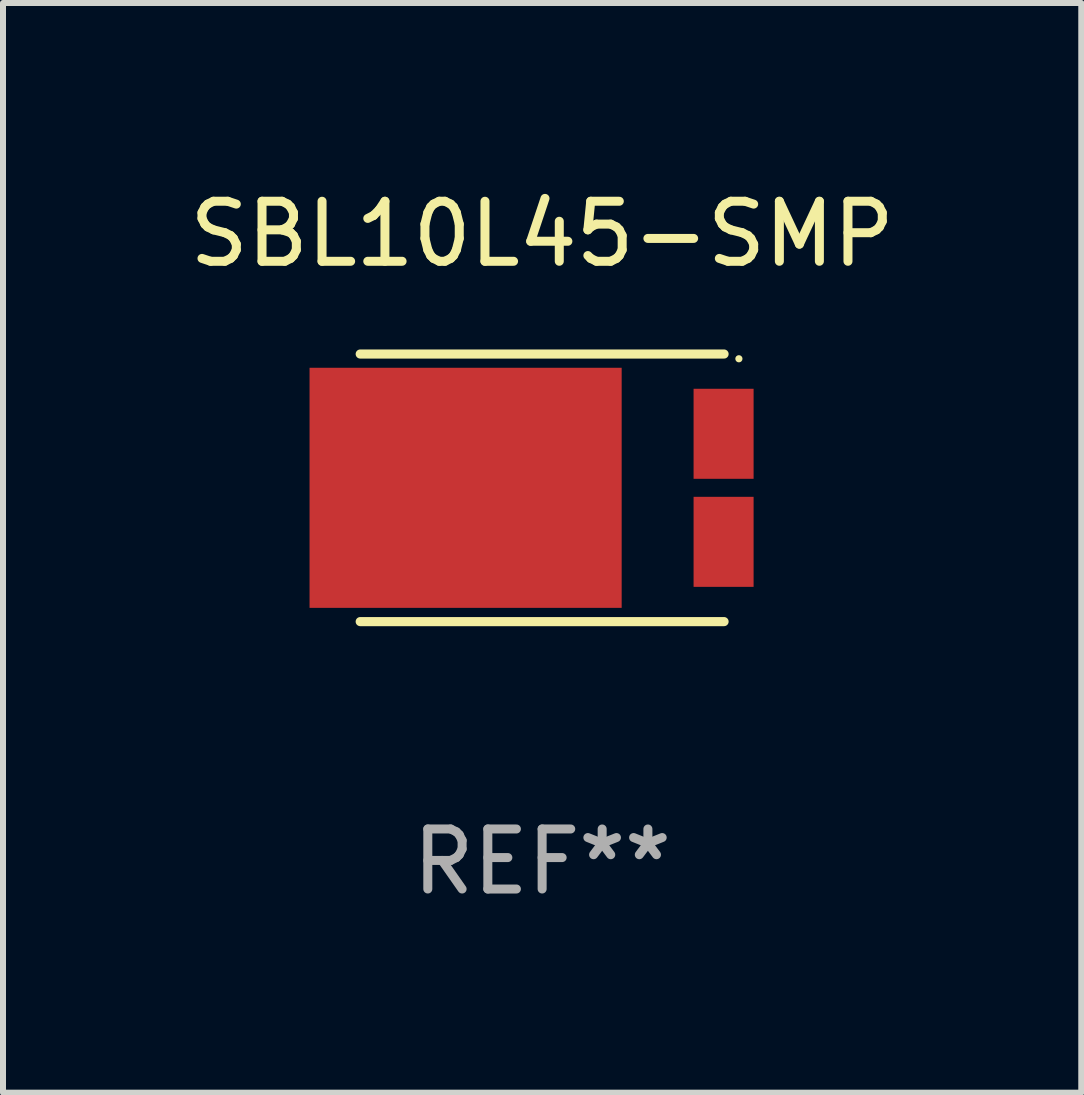
<source format=kicad_pcb>
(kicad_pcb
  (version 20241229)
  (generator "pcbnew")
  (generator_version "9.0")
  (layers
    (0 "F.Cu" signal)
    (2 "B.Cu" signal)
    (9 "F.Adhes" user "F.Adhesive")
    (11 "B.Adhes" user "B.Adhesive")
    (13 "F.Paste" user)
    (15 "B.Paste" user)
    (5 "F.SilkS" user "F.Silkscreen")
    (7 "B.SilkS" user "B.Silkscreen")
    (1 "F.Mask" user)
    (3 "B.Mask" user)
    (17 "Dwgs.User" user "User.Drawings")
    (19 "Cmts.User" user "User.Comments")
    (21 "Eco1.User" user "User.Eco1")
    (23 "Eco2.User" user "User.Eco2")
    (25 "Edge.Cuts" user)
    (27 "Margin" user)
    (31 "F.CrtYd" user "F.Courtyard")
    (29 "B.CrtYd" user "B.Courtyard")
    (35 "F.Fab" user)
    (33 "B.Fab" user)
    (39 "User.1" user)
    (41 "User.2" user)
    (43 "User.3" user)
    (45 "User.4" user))
  (footprint "SBL10L45-SMP"
    (layer "F.Cu")
    (at 5.982 5.077)
    (property "Reference" "SBL10L45-SMP" (at 0 -4.229 0) (layer "F.SilkS") (effects (font (size 1 1) (thickness 0.15))))
    (attr through_hole)
    (fp_line (start 3.031 -2.229) (end -3.031 -2.229) (stroke (width 0.152) (type solid)) (layer "F.SilkS"))
    (fp_line (start 3.031 2.229) (end -3.031 2.229) (stroke (width 0.152) (type solid)) (layer "F.SilkS"))
    (fp_circle (center 3.278 -2.15) (end 3.308 -2.15) (stroke (width 0.06) (type solid)) (fill no) (layer "F.SilkS"))
    (fp_text user "REF**" (at 0 6.229 0) (layer "F.Fab") (effects (font (size 1 1) (thickness 0.15))))
    (pad "1" smd rect (at 3.023 -0.9) (size 1 1.5) (layers "F.Cu" "F.Mask" "F.Paste"))
    (pad "2" smd rect (at 3.023 0.9) (size 1 1.5) (layers "F.Cu" "F.Mask" "F.Paste"))
    (pad "3" smd rect (at -1.275 0) (size 5.2 4) (layers "F.Cu" "F.Mask" "F.Paste")))
  (gr_rect
    (start -3 -3)
    (end 14.964 15.154)
    (stroke (width 0.1) (type default))
    (fill no)
    (layer "Edge.Cuts")))
</source>
